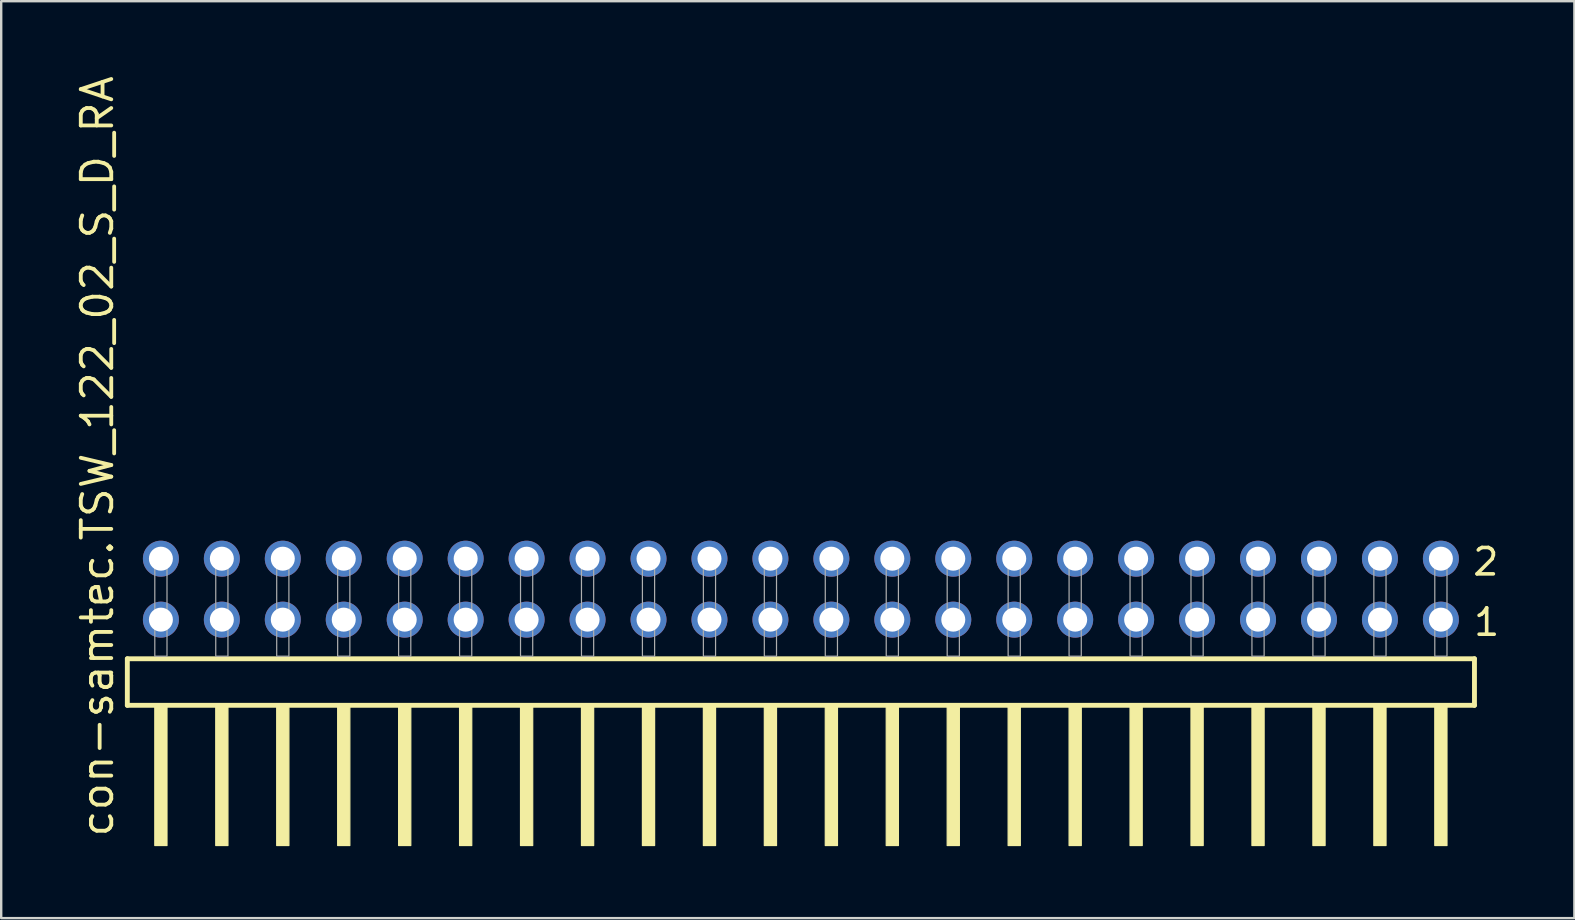
<source format=kicad_pcb>
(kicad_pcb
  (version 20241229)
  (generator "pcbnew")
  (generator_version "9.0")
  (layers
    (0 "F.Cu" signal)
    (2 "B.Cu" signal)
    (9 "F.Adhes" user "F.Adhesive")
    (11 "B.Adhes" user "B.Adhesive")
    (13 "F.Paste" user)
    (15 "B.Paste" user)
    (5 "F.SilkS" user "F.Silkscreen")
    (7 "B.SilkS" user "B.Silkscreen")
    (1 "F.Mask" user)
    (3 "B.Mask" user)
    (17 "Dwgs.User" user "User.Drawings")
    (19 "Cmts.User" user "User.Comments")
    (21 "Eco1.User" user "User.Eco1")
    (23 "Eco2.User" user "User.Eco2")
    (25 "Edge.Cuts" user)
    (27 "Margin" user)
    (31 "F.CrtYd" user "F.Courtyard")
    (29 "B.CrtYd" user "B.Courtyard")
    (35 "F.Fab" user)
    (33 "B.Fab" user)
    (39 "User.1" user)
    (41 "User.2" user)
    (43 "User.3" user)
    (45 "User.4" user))
  (footprint "con-samtec.TSW_122_02_S_D_RA"
    (layer "F.Cu")
    (at 30.325 24.296)
    (property "Reference" "con-samtec.TSW_122_02_S_D_RA" (at -28.575 7.62 90) (layer "F.SilkS") (effects (font (size 1.27 1.27) (thickness 0.16)) (justify left bottom)))
    (attr through_hole)
    (fp_line (start -28.069 0.106) (end -28.069 2.046) (stroke (width 0.203) (type default)) (layer "F.SilkS"))
    (fp_line (start -28.069 2.046) (end 28.069 2.046) (stroke (width 0.203) (type default)) (layer "F.SilkS"))
    (fp_line (start 28.069 0.106) (end -28.069 0.106) (stroke (width 0.203) (type default)) (layer "F.SilkS"))
    (fp_line (start 28.069 2.046) (end 28.069 0.106) (stroke (width 0.203) (type default)) (layer "F.SilkS"))
    (fp_rect (start -26.924 7.89) (end -26.416 2.04) (stroke (width 0.05) (type default)) (fill yes) (layer "F.SilkS"))
    (fp_rect (start -24.384 7.89) (end -23.876 2.04) (stroke (width 0.05) (type default)) (fill yes) (layer "F.SilkS"))
    (fp_rect (start -21.844 7.89) (end -21.336 2.04) (stroke (width 0.05) (type default)) (fill yes) (layer "F.SilkS"))
    (fp_rect (start -19.304 7.89) (end -18.796 2.04) (stroke (width 0.05) (type default)) (fill yes) (layer "F.SilkS"))
    (fp_rect (start -16.764 7.89) (end -16.256 2.04) (stroke (width 0.05) (type default)) (fill yes) (layer "F.SilkS"))
    (fp_rect (start -14.224 7.89) (end -13.716 2.04) (stroke (width 0.05) (type default)) (fill yes) (layer "F.SilkS"))
    (fp_rect (start -11.684 7.89) (end -11.176 2.04) (stroke (width 0.05) (type default)) (fill yes) (layer "F.SilkS"))
    (fp_rect (start -9.144 7.89) (end -8.636 2.04) (stroke (width 0.05) (type default)) (fill yes) (layer "F.SilkS"))
    (fp_rect (start -6.604 7.89) (end -6.096 2.04) (stroke (width 0.05) (type default)) (fill yes) (layer "F.SilkS"))
    (fp_rect (start -4.064 7.89) (end -3.556 2.04) (stroke (width 0.05) (type default)) (fill yes) (layer "F.SilkS"))
    (fp_rect (start -1.524 7.89) (end -1.016 2.04) (stroke (width 0.05) (type default)) (fill yes) (layer "F.SilkS"))
    (fp_rect (start 1.016 7.89) (end 1.524 2.04) (stroke (width 0.05) (type default)) (fill yes) (layer "F.SilkS"))
    (fp_rect (start 3.556 7.89) (end 4.064 2.04) (stroke (width 0.05) (type default)) (fill yes) (layer "F.SilkS"))
    (fp_rect (start 6.096 7.89) (end 6.604 2.04) (stroke (width 0.05) (type default)) (fill yes) (layer "F.SilkS"))
    (fp_rect (start 8.636 7.89) (end 9.144 2.04) (stroke (width 0.05) (type default)) (fill yes) (layer "F.SilkS"))
    (fp_rect (start 11.176 7.89) (end 11.684 2.04) (stroke (width 0.05) (type default)) (fill yes) (layer "F.SilkS"))
    (fp_rect (start 13.716 7.89) (end 14.224 2.04) (stroke (width 0.05) (type default)) (fill yes) (layer "F.SilkS"))
    (fp_rect (start 16.256 7.89) (end 16.764 2.04) (stroke (width 0.05) (type default)) (fill yes) (layer "F.SilkS"))
    (fp_rect (start 18.796 7.89) (end 19.304 2.04) (stroke (width 0.05) (type default)) (fill yes) (layer "F.SilkS"))
    (fp_rect (start 21.336 7.89) (end 21.844 2.04) (stroke (width 0.05) (type default)) (fill yes) (layer "F.SilkS"))
    (fp_rect (start 23.876 7.89) (end 24.384 2.04) (stroke (width 0.05) (type default)) (fill yes) (layer "F.SilkS"))
    (fp_rect (start 26.416 7.89) (end 26.924 2.04) (stroke (width 0.05) (type default)) (fill yes) (layer "F.SilkS"))
    (fp_rect (start -26.924 0) (end -26.416 -4.318) (stroke (width 0.05) (type default)) (fill no) (layer "F.Fab"))
    (fp_rect (start -24.384 0) (end -23.876 -4.318) (stroke (width 0.05) (type default)) (fill no) (layer "F.Fab"))
    (fp_rect (start -21.844 0) (end -21.336 -4.318) (stroke (width 0.05) (type default)) (fill no) (layer "F.Fab"))
    (fp_rect (start -19.304 0) (end -18.796 -4.318) (stroke (width 0.05) (type default)) (fill no) (layer "F.Fab"))
    (fp_rect (start -16.764 0) (end -16.256 -4.318) (stroke (width 0.05) (type default)) (fill no) (layer "F.Fab"))
    (fp_rect (start -14.224 0) (end -13.716 -4.318) (stroke (width 0.05) (type default)) (fill no) (layer "F.Fab"))
    (fp_rect (start -11.684 0) (end -11.176 -4.318) (stroke (width 0.05) (type default)) (fill no) (layer "F.Fab"))
    (fp_rect (start -9.144 0) (end -8.636 -4.318) (stroke (width 0.05) (type default)) (fill no) (layer "F.Fab"))
    (fp_rect (start -6.604 0) (end -6.096 -4.318) (stroke (width 0.05) (type default)) (fill no) (layer "F.Fab"))
    (fp_rect (start -4.064 0) (end -3.556 -4.318) (stroke (width 0.05) (type default)) (fill no) (layer "F.Fab"))
    (fp_rect (start -1.524 0) (end -1.016 -4.318) (stroke (width 0.05) (type default)) (fill no) (layer "F.Fab"))
    (fp_rect (start 1.016 0) (end 1.524 -4.318) (stroke (width 0.05) (type default)) (fill no) (layer "F.Fab"))
    (fp_rect (start 3.556 0) (end 4.064 -4.318) (stroke (width 0.05) (type default)) (fill no) (layer "F.Fab"))
    (fp_rect (start 6.096 0) (end 6.604 -4.318) (stroke (width 0.05) (type default)) (fill no) (layer "F.Fab"))
    (fp_rect (start 8.636 0) (end 9.144 -4.318) (stroke (width 0.05) (type default)) (fill no) (layer "F.Fab"))
    (fp_rect (start 11.176 0) (end 11.684 -4.318) (stroke (width 0.05) (type default)) (fill no) (layer "F.Fab"))
    (fp_rect (start 13.716 0) (end 14.224 -4.318) (stroke (width 0.05) (type default)) (fill no) (layer "F.Fab"))
    (fp_rect (start 16.256 0) (end 16.764 -4.318) (stroke (width 0.05) (type default)) (fill no) (layer "F.Fab"))
    (fp_rect (start 18.796 0) (end 19.304 -4.318) (stroke (width 0.05) (type default)) (fill no) (layer "F.Fab"))
    (fp_rect (start 21.336 0) (end 21.844 -4.318) (stroke (width 0.05) (type default)) (fill no) (layer "F.Fab"))
    (fp_rect (start 23.876 0) (end 24.384 -4.318) (stroke (width 0.05) (type default)) (fill no) (layer "F.Fab"))
    (fp_rect (start 26.416 0) (end 26.924 -4.318) (stroke (width 0.05) (type default)) (fill no) (layer "F.Fab"))
    (fp_text user "2" (at 27.92 -3.29 0) (layer "F.SilkS") (effects (font (size 1.1 1.1) (thickness 0.15)) (justify left bottom)))
    (fp_text user "1" (at 27.955 -0.775 0) (layer "F.SilkS") (effects (font (size 1.1 1.1) (thickness 0.15)) (justify left bottom)))
    (pad "1" thru_hole circle (at 26.67 -1.524 180) (size 1.5 1.5) (drill 1) (layers "*.Cu" "*.Mask"))
    (pad "2" thru_hole circle (at 26.67 -4.064 180) (size 1.5 1.5) (drill 1) (layers "*.Cu" "*.Mask"))
    (pad "3" thru_hole circle (at 24.13 -1.524 180) (size 1.5 1.5) (drill 1) (layers "*.Cu" "*.Mask"))
    (pad "4" thru_hole circle (at 24.13 -4.064 180) (size 1.5 1.5) (drill 1) (layers "*.Cu" "*.Mask"))
    (pad "5" thru_hole circle (at 21.59 -1.524 180) (size 1.5 1.5) (drill 1) (layers "*.Cu" "*.Mask"))
    (pad "6" thru_hole circle (at 21.59 -4.064 180) (size 1.5 1.5) (drill 1) (layers "*.Cu" "*.Mask"))
    (pad "7" thru_hole circle (at 19.05 -1.524 180) (size 1.5 1.5) (drill 1) (layers "*.Cu" "*.Mask"))
    (pad "8" thru_hole circle (at 19.05 -4.064 180) (size 1.5 1.5) (drill 1) (layers "*.Cu" "*.Mask"))
    (pad "9" thru_hole circle (at 16.51 -1.524 180) (size 1.5 1.5) (drill 1) (layers "*.Cu" "*.Mask"))
    (pad "10" thru_hole circle (at 16.51 -4.064 180) (size 1.5 1.5) (drill 1) (layers "*.Cu" "*.Mask"))
    (pad "11" thru_hole circle (at 13.97 -1.524 180) (size 1.5 1.5) (drill 1) (layers "*.Cu" "*.Mask"))
    (pad "12" thru_hole circle (at 13.97 -4.064 180) (size 1.5 1.5) (drill 1) (layers "*.Cu" "*.Mask"))
    (pad "13" thru_hole circle (at 11.43 -1.524 180) (size 1.5 1.5) (drill 1) (layers "*.Cu" "*.Mask"))
    (pad "14" thru_hole circle (at 11.43 -4.064 180) (size 1.5 1.5) (drill 1) (layers "*.Cu" "*.Mask"))
    (pad "15" thru_hole circle (at 8.89 -1.524 180) (size 1.5 1.5) (drill 1) (layers "*.Cu" "*.Mask"))
    (pad "16" thru_hole circle (at 8.89 -4.064 180) (size 1.5 1.5) (drill 1) (layers "*.Cu" "*.Mask"))
    (pad "17" thru_hole circle (at 6.35 -1.524 180) (size 1.5 1.5) (drill 1) (layers "*.Cu" "*.Mask"))
    (pad "18" thru_hole circle (at 6.35 -4.064 180) (size 1.5 1.5) (drill 1) (layers "*.Cu" "*.Mask"))
    (pad "19" thru_hole circle (at 3.81 -1.524 180) (size 1.5 1.5) (drill 1) (layers "*.Cu" "*.Mask"))
    (pad "20" thru_hole circle (at 3.81 -4.064 180) (size 1.5 1.5) (drill 1) (layers "*.Cu" "*.Mask"))
    (pad "21" thru_hole circle (at 1.27 -1.524 180) (size 1.5 1.5) (drill 1) (layers "*.Cu" "*.Mask"))
    (pad "22" thru_hole circle (at 1.27 -4.064 180) (size 1.5 1.5) (drill 1) (layers "*.Cu" "*.Mask"))
    (pad "23" thru_hole circle (at -1.27 -1.524 180) (size 1.5 1.5) (drill 1) (layers "*.Cu" "*.Mask"))
    (pad "24" thru_hole circle (at -1.27 -4.064 180) (size 1.5 1.5) (drill 1) (layers "*.Cu" "*.Mask"))
    (pad "25" thru_hole circle (at -3.81 -1.524 180) (size 1.5 1.5) (drill 1) (layers "*.Cu" "*.Mask"))
    (pad "26" thru_hole circle (at -3.81 -4.064 180) (size 1.5 1.5) (drill 1) (layers "*.Cu" "*.Mask"))
    (pad "27" thru_hole circle (at -6.35 -1.524 180) (size 1.5 1.5) (drill 1) (layers "*.Cu" "*.Mask"))
    (pad "28" thru_hole circle (at -6.35 -4.064 180) (size 1.5 1.5) (drill 1) (layers "*.Cu" "*.Mask"))
    (pad "29" thru_hole circle (at -8.89 -1.524 180) (size 1.5 1.5) (drill 1) (layers "*.Cu" "*.Mask"))
    (pad "30" thru_hole circle (at -8.89 -4.064 180) (size 1.5 1.5) (drill 1) (layers "*.Cu" "*.Mask"))
    (pad "31" thru_hole circle (at -11.43 -1.524 180) (size 1.5 1.5) (drill 1) (layers "*.Cu" "*.Mask"))
    (pad "32" thru_hole circle (at -11.43 -4.064 180) (size 1.5 1.5) (drill 1) (layers "*.Cu" "*.Mask"))
    (pad "33" thru_hole circle (at -13.97 -1.524 180) (size 1.5 1.5) (drill 1) (layers "*.Cu" "*.Mask"))
    (pad "34" thru_hole circle (at -13.97 -4.064 180) (size 1.5 1.5) (drill 1) (layers "*.Cu" "*.Mask"))
    (pad "35" thru_hole circle (at -16.51 -1.524 180) (size 1.5 1.5) (drill 1) (layers "*.Cu" "*.Mask"))
    (pad "36" thru_hole circle (at -16.51 -4.064 180) (size 1.5 1.5) (drill 1) (layers "*.Cu" "*.Mask"))
    (pad "37" thru_hole circle (at -19.05 -1.524 180) (size 1.5 1.5) (drill 1) (layers "*.Cu" "*.Mask"))
    (pad "38" thru_hole circle (at -19.05 -4.064 180) (size 1.5 1.5) (drill 1) (layers "*.Cu" "*.Mask"))
    (pad "39" thru_hole circle (at -21.59 -1.524 180) (size 1.5 1.5) (drill 1) (layers "*.Cu" "*.Mask"))
    (pad "40" thru_hole circle (at -21.59 -4.064 180) (size 1.5 1.5) (drill 1) (layers "*.Cu" "*.Mask"))
    (pad "41" thru_hole circle (at -24.13 -1.524 180) (size 1.5 1.5) (drill 1) (layers "*.Cu" "*.Mask"))
    (pad "42" thru_hole circle (at -24.13 -4.064 180) (size 1.5 1.5) (drill 1) (layers "*.Cu" "*.Mask"))
    (pad "43" thru_hole circle (at -26.67 -1.524 180) (size 1.5 1.5) (drill 1) (layers "*.Cu" "*.Mask"))
    (pad "44" thru_hole circle (at -26.67 -4.064 180) (size 1.5 1.5) (drill 1) (layers "*.Cu" "*.Mask")))
  (gr_rect
    (start -3 -3)
    (end 62.558 35.211)
    (stroke (width 0.1) (type default))
    (fill no)
    (layer "Edge.Cuts")))
</source>
